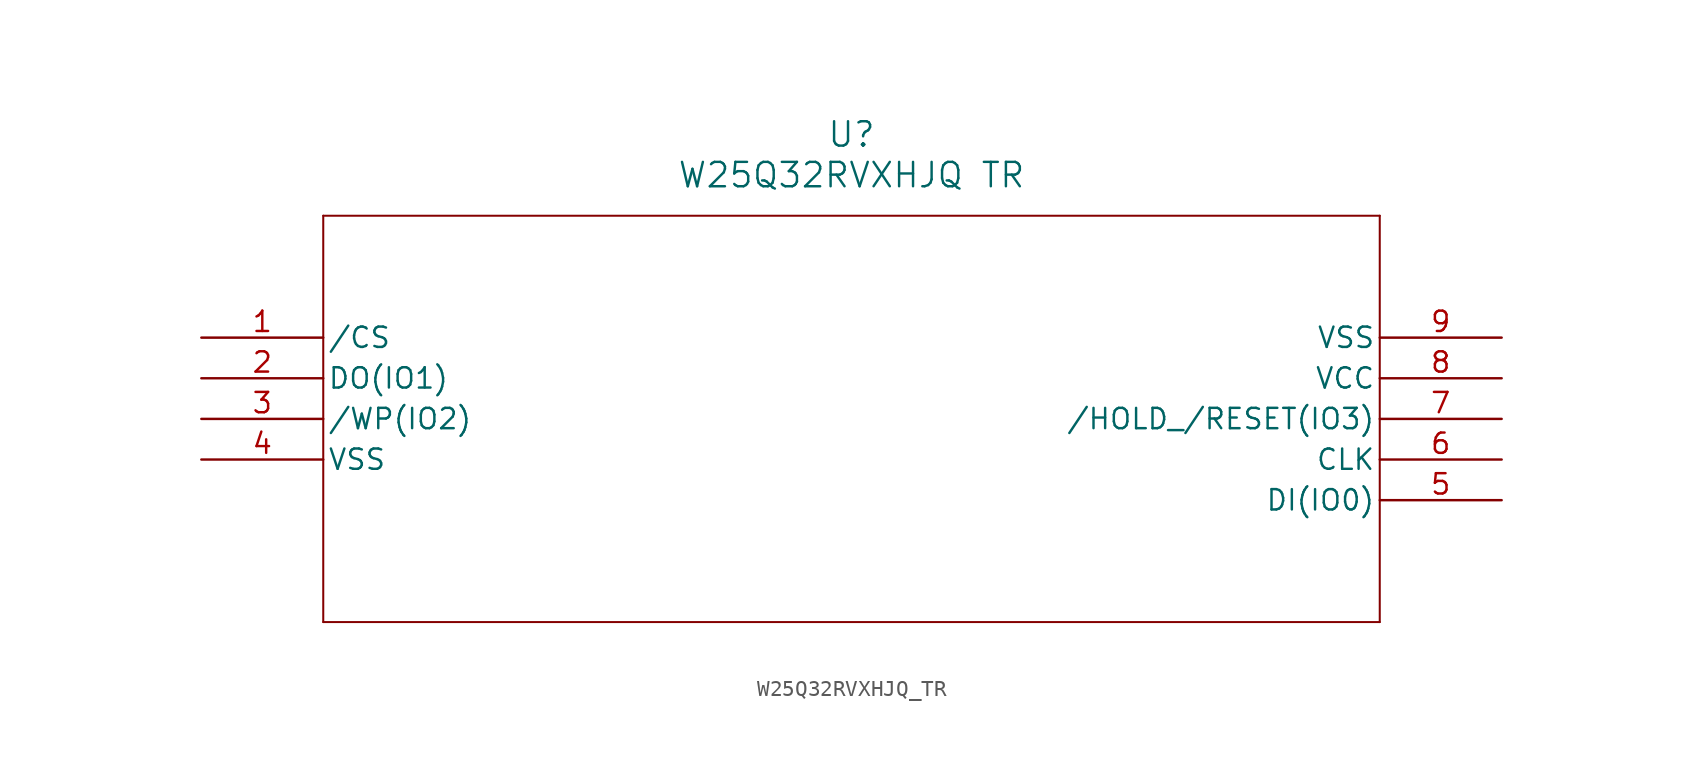
<source format=kicad_sym>
(kicad_symbol_lib
  (version 20220914)
  (generator kicad_symbol_editor)
  (symbol "W25Q32RVXHJQ_TR"
    (pin_names
      (offset 0.254))
    (property "Reference" "U"
      (at 40.64 12.7 0)
      (effects (font (size 1.524 1.524))))
    (property "Value" "W25Q32RVXHJQ TR"
      (at 40.64 10.16 0)
      (effects (font (size 1.524 1.524))))
    (property "ki_locked" ""
      (at 0 0 0)
      (effects (font (size 1.27 1.27))))
    (symbol "W25Q32RVXHJQ_TR_0_1"
      (polyline (pts (xy 7.62 -17.78) (xy 73.66 -17.78)) (stroke (width 0.127) (type default)) (fill (type none)))
      (polyline (pts (xy 7.62 7.62) (xy 7.62 -17.78)) (stroke (width 0.127) (type default)) (fill (type none)))
      (polyline (pts (xy 73.66 -17.78) (xy 73.66 7.62)) (stroke (width 0.127) (type default)) (fill (type none)))
      (polyline (pts (xy 73.66 7.62) (xy 7.62 7.62)) (stroke (width 0.127) (type default)) (fill (type none)))
      (pin input line (at 0 0 0) (length 7.62) (name "/CS" (effects (font (size 1.27 1.27)))) (number "1" (effects (font (size 1.27 1.27)))))
      (pin bidirectional line (at 0 -2.54 0) (length 7.62) (name "DO(IO1)" (effects (font (size 1.27 1.27)))) (number "2" (effects (font (size 1.27 1.27)))))
      (pin bidirectional line (at 0 -5.08 0) (length 7.62) (name "/WP(IO2)" (effects (font (size 1.27 1.27)))) (number "3" (effects (font (size 1.27 1.27)))))
      (pin power_out line (at 0 -7.62 0) (length 7.62) (name "VSS" (effects (font (size 1.27 1.27)))) (number "4" (effects (font (size 1.27 1.27)))))
      (pin bidirectional line (at 81.28 -10.16 180) (length 7.62) (name "DI(IO0)" (effects (font (size 1.27 1.27)))) (number "5" (effects (font (size 1.27 1.27)))))
      (pin input line (at 81.28 -7.62 180) (length 7.62) (name "CLK" (effects (font (size 1.27 1.27)))) (number "6" (effects (font (size 1.27 1.27)))))
      (pin bidirectional line (at 81.28 -5.08 180) (length 7.62) (name "/HOLD_/RESET(IO3)" (effects (font (size 1.27 1.27)))) (number "7" (effects (font (size 1.27 1.27)))))
      (pin power_in line (at 81.28 -2.54 180) (length 7.62) (name "VCC" (effects (font (size 1.27 1.27)))) (number "8" (effects (font (size 1.27 1.27)))))
      (pin power_out line (at 81.28 0 180) (length 7.62) (name "VSS" (effects (font (size 1.27 1.27)))) (number "9" (effects (font (size 1.27 1.27))))))))
</source>
